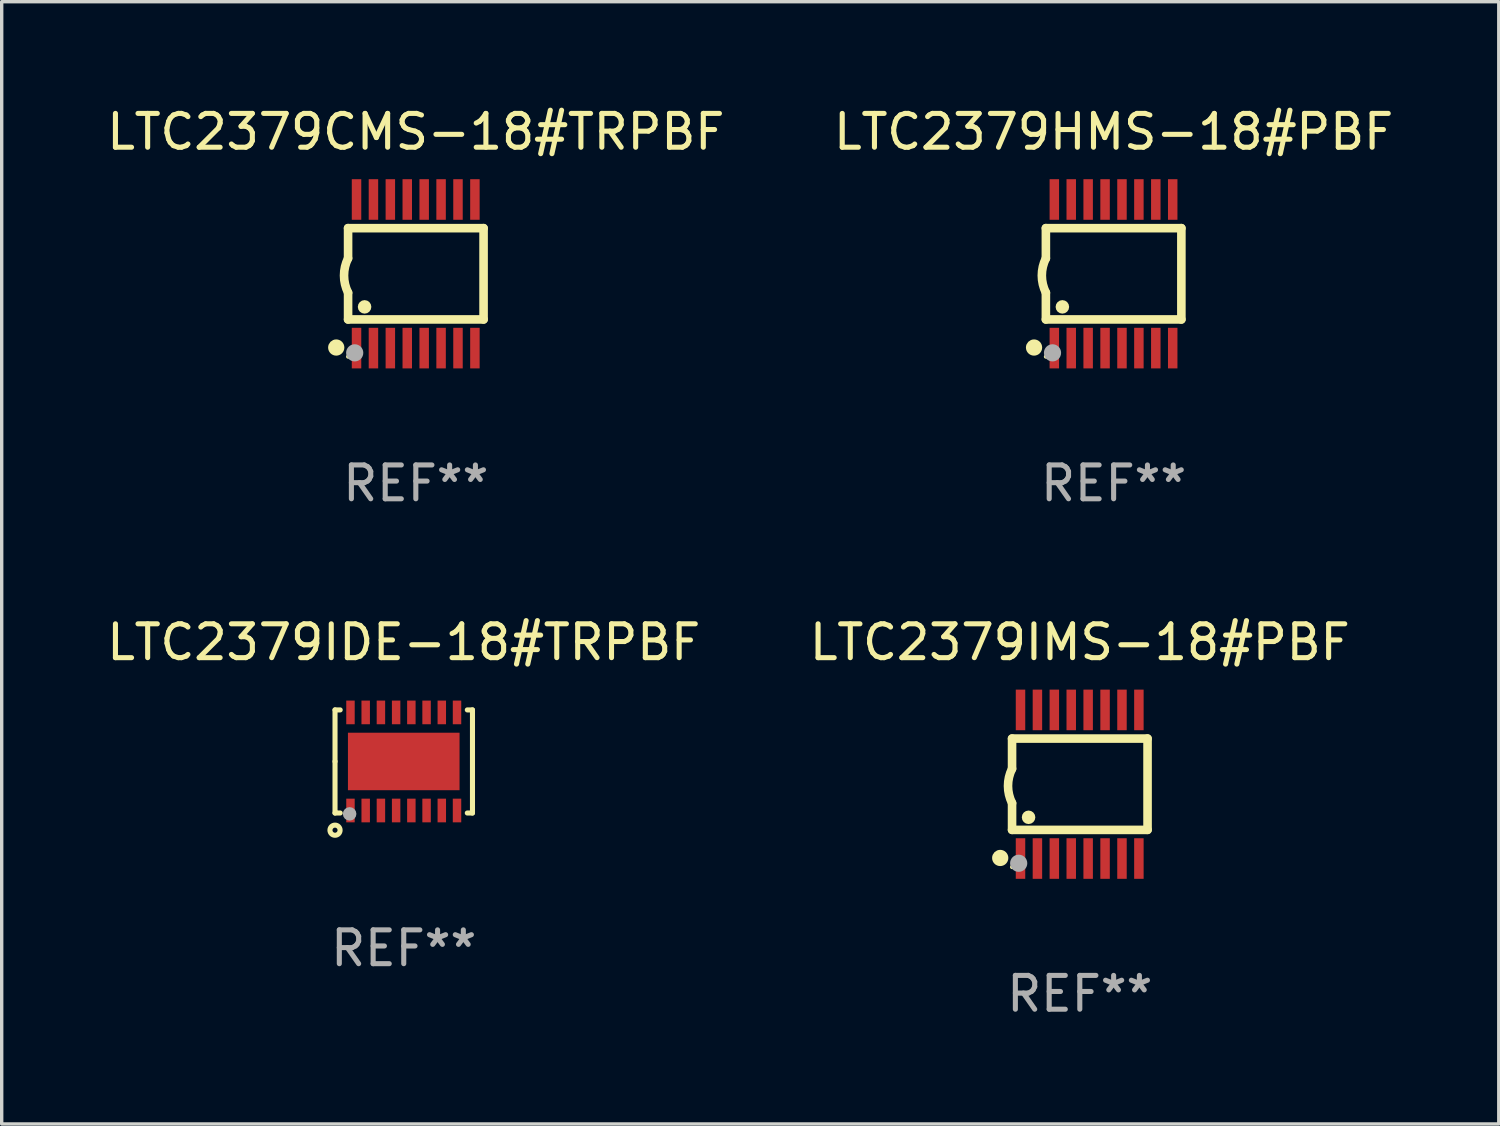
<source format=kicad_pcb>
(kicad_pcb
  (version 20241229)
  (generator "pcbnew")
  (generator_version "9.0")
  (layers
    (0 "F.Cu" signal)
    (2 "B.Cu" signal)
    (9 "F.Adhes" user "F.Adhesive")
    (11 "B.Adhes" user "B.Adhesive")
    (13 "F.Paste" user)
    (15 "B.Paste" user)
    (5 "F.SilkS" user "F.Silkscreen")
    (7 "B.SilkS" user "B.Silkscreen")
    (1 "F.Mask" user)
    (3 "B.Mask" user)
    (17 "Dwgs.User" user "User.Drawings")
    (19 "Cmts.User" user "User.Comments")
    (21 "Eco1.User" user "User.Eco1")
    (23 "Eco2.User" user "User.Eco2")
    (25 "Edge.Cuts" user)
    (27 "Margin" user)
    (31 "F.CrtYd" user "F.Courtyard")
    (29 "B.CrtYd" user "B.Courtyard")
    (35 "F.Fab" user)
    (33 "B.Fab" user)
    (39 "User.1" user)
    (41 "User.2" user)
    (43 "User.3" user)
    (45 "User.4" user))
  (footprint "LTC2379CMS-18#TRPBF"
    (layer "F.Cu")
    (at 9.244 5.045)
    (property "Reference" "LTC2379CMS-18#TRPBF" (at 0 -4.197 0) (layer "F.SilkS") (effects (font (size 1 1) (thickness 0.15))))
    (attr through_hole)
    (fp_line (start -2.003 -1.35) (end -2.003 -0.457) (stroke (width 0.254) (type solid)) (layer "F.SilkS"))
    (fp_line (start -2.003 -1.35) (end 2.003 -1.35) (stroke (width 0.254) (type solid)) (layer "F.SilkS"))
    (fp_line (start -2.003 1.35) (end -2.003 0.559) (stroke (width 0.254) (type solid)) (layer "F.SilkS"))
    (fp_line (start -2.003 1.35) (end 2.003 1.35) (stroke (width 0.254) (type solid)) (layer "F.SilkS"))
    (fp_line (start 2.003 -1.35) (end 2.003 1.35) (stroke (width 0.254) (type solid)) (layer "F.SilkS"))
    (fp_arc (start -2.002286 0.558802) (mid -2.122556 0.05092) (end -2.003302 -0.457201) (stroke (width 0.254001) (type solid)) (layer "F.SilkS"))
    (fp_circle (center -2.353 2.18) (end -2.233 2.18) (stroke (width 0.24) (type solid)) (fill no) (layer "F.SilkS"))
    (fp_circle (center -2.003 2.45) (end -1.973 2.45) (stroke (width 0.06) (type solid)) (fill no) (layer "F.SilkS"))
    (fp_circle (center -1.515 0.978) (end -1.415 0.978) (stroke (width 0.2) (type solid)) (fill no) (layer "F.SilkS"))
    (fp_circle (center -1.807 2.337) (end -1.68 2.337) (stroke (width 0.254) (type solid)) (fill no) (layer "F.Fab"))
    (fp_text user "REF**" (at 0 6.197 0) (layer "F.Fab") (effects (font (size 1 1) (thickness 0.15))))
    (pad "1" smd rect (at -1.753 2.197 90) (size 1.2 0.28) (layers "F.Cu" "F.Mask" "F.Paste"))
    (pad "2" smd rect (at -1.253 2.197 90) (size 1.2 0.28) (layers "F.Cu" "F.Mask" "F.Paste"))
    (pad "3" smd rect (at -0.753 2.197 90) (size 1.2 0.28) (layers "F.Cu" "F.Mask" "F.Paste"))
    (pad "4" smd rect (at -0.253 2.197 90) (size 1.2 0.28) (layers "F.Cu" "F.Mask" "F.Paste"))
    (pad "5" smd rect (at 0.247 2.197 90) (size 1.2 0.28) (layers "F.Cu" "F.Mask" "F.Paste"))
    (pad "6" smd rect (at 0.747 2.197 90) (size 1.2 0.28) (layers "F.Cu" "F.Mask" "F.Paste"))
    (pad "7" smd rect (at 1.247 2.197 90) (size 1.2 0.28) (layers "F.Cu" "F.Mask" "F.Paste"))
    (pad "8" smd rect (at 1.747 2.197 90) (size 1.2 0.28) (layers "F.Cu" "F.Mask" "F.Paste"))
    (pad "9" smd rect (at 1.747 -2.197 90) (size 1.2 0.28) (layers "F.Cu" "F.Mask" "F.Paste"))
    (pad "10" smd rect (at 1.247 -2.197 90) (size 1.2 0.28) (layers "F.Cu" "F.Mask" "F.Paste"))
    (pad "11" smd rect (at 0.747 -2.197 90) (size 1.2 0.28) (layers "F.Cu" "F.Mask" "F.Paste"))
    (pad "12" smd rect (at 0.247 -2.197 90) (size 1.2 0.28) (layers "F.Cu" "F.Mask" "F.Paste"))
    (pad "13" smd rect (at -0.253 -2.197 90) (size 1.2 0.28) (layers "F.Cu" "F.Mask" "F.Paste"))
    (pad "14" smd rect (at -0.753 -2.197 90) (size 1.2 0.28) (layers "F.Cu" "F.Mask" "F.Paste"))
    (pad "15" smd rect (at -1.253 -2.197 90) (size 1.2 0.28) (layers "F.Cu" "F.Mask" "F.Paste"))
    (pad "16" smd rect (at -1.753 -2.197 90) (size 1.2 0.28) (layers "F.Cu" "F.Mask" "F.Paste")))
  (footprint "LTC2379HMS-18#PBF"
    (layer "F.Cu")
    (at 29.875 5.045)
    (property "Reference" "LTC2379HMS-18#PBF" (at 0 -4.197 0) (layer "F.SilkS") (effects (font (size 1 1) (thickness 0.15))))
    (attr through_hole)
    (fp_line (start -2.003 -1.35) (end -2.003 -0.457) (stroke (width 0.254) (type solid)) (layer "F.SilkS"))
    (fp_line (start -2.003 -1.35) (end 2.003 -1.35) (stroke (width 0.254) (type solid)) (layer "F.SilkS"))
    (fp_line (start -2.003 1.35) (end -2.003 0.559) (stroke (width 0.254) (type solid)) (layer "F.SilkS"))
    (fp_line (start -2.003 1.35) (end 2.003 1.35) (stroke (width 0.254) (type solid)) (layer "F.SilkS"))
    (fp_line (start 2.003 -1.35) (end 2.003 1.35) (stroke (width 0.254) (type solid)) (layer "F.SilkS"))
    (fp_arc (start -2.002286 0.558802) (mid -2.122556 0.05092) (end -2.003302 -0.457201) (stroke (width 0.254001) (type solid)) (layer "F.SilkS"))
    (fp_circle (center -2.353 2.18) (end -2.233 2.18) (stroke (width 0.24) (type solid)) (fill no) (layer "F.SilkS"))
    (fp_circle (center -2.003 2.45) (end -1.973 2.45) (stroke (width 0.06) (type solid)) (fill no) (layer "F.SilkS"))
    (fp_circle (center -1.515 0.978) (end -1.415 0.978) (stroke (width 0.2) (type solid)) (fill no) (layer "F.SilkS"))
    (fp_circle (center -1.807 2.337) (end -1.68 2.337) (stroke (width 0.254) (type solid)) (fill no) (layer "F.Fab"))
    (fp_text user "REF**" (at 0 6.197 0) (layer "F.Fab") (effects (font (size 1 1) (thickness 0.15))))
    (pad "1" smd rect (at -1.753 2.197 90) (size 1.2 0.28) (layers "F.Cu" "F.Mask" "F.Paste"))
    (pad "2" smd rect (at -1.253 2.197 90) (size 1.2 0.28) (layers "F.Cu" "F.Mask" "F.Paste"))
    (pad "3" smd rect (at -0.753 2.197 90) (size 1.2 0.28) (layers "F.Cu" "F.Mask" "F.Paste"))
    (pad "4" smd rect (at -0.253 2.197 90) (size 1.2 0.28) (layers "F.Cu" "F.Mask" "F.Paste"))
    (pad "5" smd rect (at 0.247 2.197 90) (size 1.2 0.28) (layers "F.Cu" "F.Mask" "F.Paste"))
    (pad "6" smd rect (at 0.747 2.197 90) (size 1.2 0.28) (layers "F.Cu" "F.Mask" "F.Paste"))
    (pad "7" smd rect (at 1.247 2.197 90) (size 1.2 0.28) (layers "F.Cu" "F.Mask" "F.Paste"))
    (pad "8" smd rect (at 1.747 2.197 90) (size 1.2 0.28) (layers "F.Cu" "F.Mask" "F.Paste"))
    (pad "9" smd rect (at 1.747 -2.197 90) (size 1.2 0.28) (layers "F.Cu" "F.Mask" "F.Paste"))
    (pad "10" smd rect (at 1.247 -2.197 90) (size 1.2 0.28) (layers "F.Cu" "F.Mask" "F.Paste"))
    (pad "11" smd rect (at 0.747 -2.197 90) (size 1.2 0.28) (layers "F.Cu" "F.Mask" "F.Paste"))
    (pad "12" smd rect (at 0.247 -2.197 90) (size 1.2 0.28) (layers "F.Cu" "F.Mask" "F.Paste"))
    (pad "13" smd rect (at -0.253 -2.197 90) (size 1.2 0.28) (layers "F.Cu" "F.Mask" "F.Paste"))
    (pad "14" smd rect (at -0.753 -2.197 90) (size 1.2 0.28) (layers "F.Cu" "F.Mask" "F.Paste"))
    (pad "15" smd rect (at -1.253 -2.197 90) (size 1.2 0.28) (layers "F.Cu" "F.Mask" "F.Paste"))
    (pad "16" smd rect (at -1.753 -2.197 90) (size 1.2 0.28) (layers "F.Cu" "F.Mask" "F.Paste")))
  (footprint "LTC2379IDE-18#TRPBF"
    (layer "F.Cu")
    (at 8.887 19.463)
    (property "Reference" "LTC2379IDE-18#TRPBF" (at 0 -3.524 0) (layer "F.SilkS") (effects (font (size 1 1) (thickness 0.15))))
    (attr through_hole)
    (fp_line (start -2.032 -1.524) (end -1.879 -1.524) (stroke (width 0.15) (type solid)) (layer "F.SilkS"))
    (fp_line (start -2.032 0) (end -2.032 -1.524) (stroke (width 0.15) (type solid)) (layer "F.SilkS"))
    (fp_line (start -2.032 1.524) (end -2.032 0) (stroke (width 0.15) (type solid)) (layer "F.SilkS"))
    (fp_line (start -1.879 1.524) (end -2.032 1.524) (stroke (width 0.15) (type solid)) (layer "F.SilkS"))
    (fp_line (start 1.879 -1.524) (end 2.032 -1.524) (stroke (width 0.15) (type solid)) (layer "F.SilkS"))
    (fp_line (start 2.032 -1.524) (end 2.032 1.524) (stroke (width 0.15) (type solid)) (layer "F.SilkS"))
    (fp_line (start 2.032 1.524) (end 1.879 1.524) (stroke (width 0.15) (type solid)) (layer "F.SilkS"))
    (fp_circle (center -2.032 2.032) (end -1.882 2.032) (stroke (width 0.15) (type solid)) (fill no) (layer "F.SilkS"))
    (fp_circle (center -2 1.5) (end -1.97 1.5) (stroke (width 0.06) (type solid)) (fill no) (layer "F.SilkS"))
    (fp_circle (center -1.6 1.55) (end -1.5 1.55) (stroke (width 0.2) (type solid)) (fill no) (layer "F.Fab"))
    (fp_text user "REF**" (at 0 5.524 0) (layer "F.Fab") (effects (font (size 1 1) (thickness 0.15))))
    (pad "1" smd rect (at -1.575 1.45 90) (size 0.7 0.25) (layers "F.Cu" "F.Mask" "F.Paste"))
    (pad "2" smd rect (at -1.125 1.45 90) (size 0.7 0.25) (layers "F.Cu" "F.Mask" "F.Paste"))
    (pad "3" smd rect (at -0.675 1.45 90) (size 0.7 0.25) (layers "F.Cu" "F.Mask" "F.Paste"))
    (pad "4" smd rect (at -0.225 1.45 90) (size 0.7 0.25) (layers "F.Cu" "F.Mask" "F.Paste"))
    (pad "5" smd rect (at 0.225 1.45 90) (size 0.7 0.25) (layers "F.Cu" "F.Mask" "F.Paste"))
    (pad "6" smd rect (at 0.675 1.45 90) (size 0.7 0.25) (layers "F.Cu" "F.Mask" "F.Paste"))
    (pad "7" smd rect (at 1.125 1.45 90) (size 0.7 0.25) (layers "F.Cu" "F.Mask" "F.Paste"))
    (pad "8" smd rect (at 1.575 1.45 90) (size 0.7 0.25) (layers "F.Cu" "F.Mask" "F.Paste"))
    (pad "9" smd rect (at 1.575 -1.45 90) (size 0.7 0.25) (layers "F.Cu" "F.Mask" "F.Paste"))
    (pad "10" smd rect (at 1.125 -1.45 90) (size 0.7 0.25) (layers "F.Cu" "F.Mask" "F.Paste"))
    (pad "11" smd rect (at 0.675 -1.45 90) (size 0.7 0.25) (layers "F.Cu" "F.Mask" "F.Paste"))
    (pad "12" smd rect (at 0.225 -1.45 90) (size 0.7 0.25) (layers "F.Cu" "F.Mask" "F.Paste"))
    (pad "13" smd rect (at -0.225 -1.45 90) (size 0.7 0.25) (layers "F.Cu" "F.Mask" "F.Paste"))
    (pad "14" smd rect (at -0.675 -1.45 90) (size 0.7 0.25) (layers "F.Cu" "F.Mask" "F.Paste"))
    (pad "15" smd rect (at -1.125 -1.45 90) (size 0.7 0.25) (layers "F.Cu" "F.Mask" "F.Paste"))
    (pad "16" smd rect (at -1.575 -1.45 90) (size 0.7 0.25) (layers "F.Cu" "F.Mask" "F.Paste"))
    (pad "17" smd rect (at 0.000127 0 90) (size 1.7 3.3) (layers "F.Cu" "F.Mask" "F.Paste")))
  (footprint "LTC2379IMS-18#PBF"
    (layer "F.Cu")
    (at 28.875 20.136)
    (property "Reference" "LTC2379IMS-18#PBF" (at 0 -4.197 0) (layer "F.SilkS") (effects (font (size 1 1) (thickness 0.15))))
    (attr through_hole)
    (fp_line (start -2.003 -1.35) (end -2.003 -0.457) (stroke (width 0.254) (type solid)) (layer "F.SilkS"))
    (fp_line (start -2.003 -1.35) (end 2.003 -1.35) (stroke (width 0.254) (type solid)) (layer "F.SilkS"))
    (fp_line (start -2.003 1.35) (end -2.003 0.559) (stroke (width 0.254) (type solid)) (layer "F.SilkS"))
    (fp_line (start -2.003 1.35) (end 2.003 1.35) (stroke (width 0.254) (type solid)) (layer "F.SilkS"))
    (fp_line (start 2.003 -1.35) (end 2.003 1.35) (stroke (width 0.254) (type solid)) (layer "F.SilkS"))
    (fp_arc (start -2.002286 0.558802) (mid -2.122556 0.05092) (end -2.003302 -0.457201) (stroke (width 0.254001) (type solid)) (layer "F.SilkS"))
    (fp_circle (center -2.353 2.18) (end -2.233 2.18) (stroke (width 0.24) (type solid)) (fill no) (layer "F.SilkS"))
    (fp_circle (center -2.003 2.45) (end -1.973 2.45) (stroke (width 0.06) (type solid)) (fill no) (layer "F.SilkS"))
    (fp_circle (center -1.515 0.978) (end -1.415 0.978) (stroke (width 0.2) (type solid)) (fill no) (layer "F.SilkS"))
    (fp_circle (center -1.807 2.337) (end -1.68 2.337) (stroke (width 0.254) (type solid)) (fill no) (layer "F.Fab"))
    (fp_text user "REF**" (at 0 6.197 0) (layer "F.Fab") (effects (font (size 1 1) (thickness 0.15))))
    (pad "1" smd rect (at -1.753 2.197 90) (size 1.2 0.28) (layers "F.Cu" "F.Mask" "F.Paste"))
    (pad "2" smd rect (at -1.253 2.197 90) (size 1.2 0.28) (layers "F.Cu" "F.Mask" "F.Paste"))
    (pad "3" smd rect (at -0.753 2.197 90) (size 1.2 0.28) (layers "F.Cu" "F.Mask" "F.Paste"))
    (pad "4" smd rect (at -0.253 2.197 90) (size 1.2 0.28) (layers "F.Cu" "F.Mask" "F.Paste"))
    (pad "5" smd rect (at 0.247 2.197 90) (size 1.2 0.28) (layers "F.Cu" "F.Mask" "F.Paste"))
    (pad "6" smd rect (at 0.747 2.197 90) (size 1.2 0.28) (layers "F.Cu" "F.Mask" "F.Paste"))
    (pad "7" smd rect (at 1.247 2.197 90) (size 1.2 0.28) (layers "F.Cu" "F.Mask" "F.Paste"))
    (pad "8" smd rect (at 1.747 2.197 90) (size 1.2 0.28) (layers "F.Cu" "F.Mask" "F.Paste"))
    (pad "9" smd rect (at 1.747 -2.197 90) (size 1.2 0.28) (layers "F.Cu" "F.Mask" "F.Paste"))
    (pad "10" smd rect (at 1.247 -2.197 90) (size 1.2 0.28) (layers "F.Cu" "F.Mask" "F.Paste"))
    (pad "11" smd rect (at 0.747 -2.197 90) (size 1.2 0.28) (layers "F.Cu" "F.Mask" "F.Paste"))
    (pad "12" smd rect (at 0.247 -2.197 90) (size 1.2 0.28) (layers "F.Cu" "F.Mask" "F.Paste"))
    (pad "13" smd rect (at -0.253 -2.197 90) (size 1.2 0.28) (layers "F.Cu" "F.Mask" "F.Paste"))
    (pad "14" smd rect (at -0.753 -2.197 90) (size 1.2 0.28) (layers "F.Cu" "F.Mask" "F.Paste"))
    (pad "15" smd rect (at -1.253 -2.197 90) (size 1.2 0.28) (layers "F.Cu" "F.Mask" "F.Paste"))
    (pad "16" smd rect (at -1.753 -2.197 90) (size 1.2 0.28) (layers "F.Cu" "F.Mask" "F.Paste")))
  (gr_rect
    (start -3 -3)
    (end 41.262 30.181)
    (stroke (width 0.1) (type default))
    (fill no)
    (layer "Edge.Cuts")))
</source>
